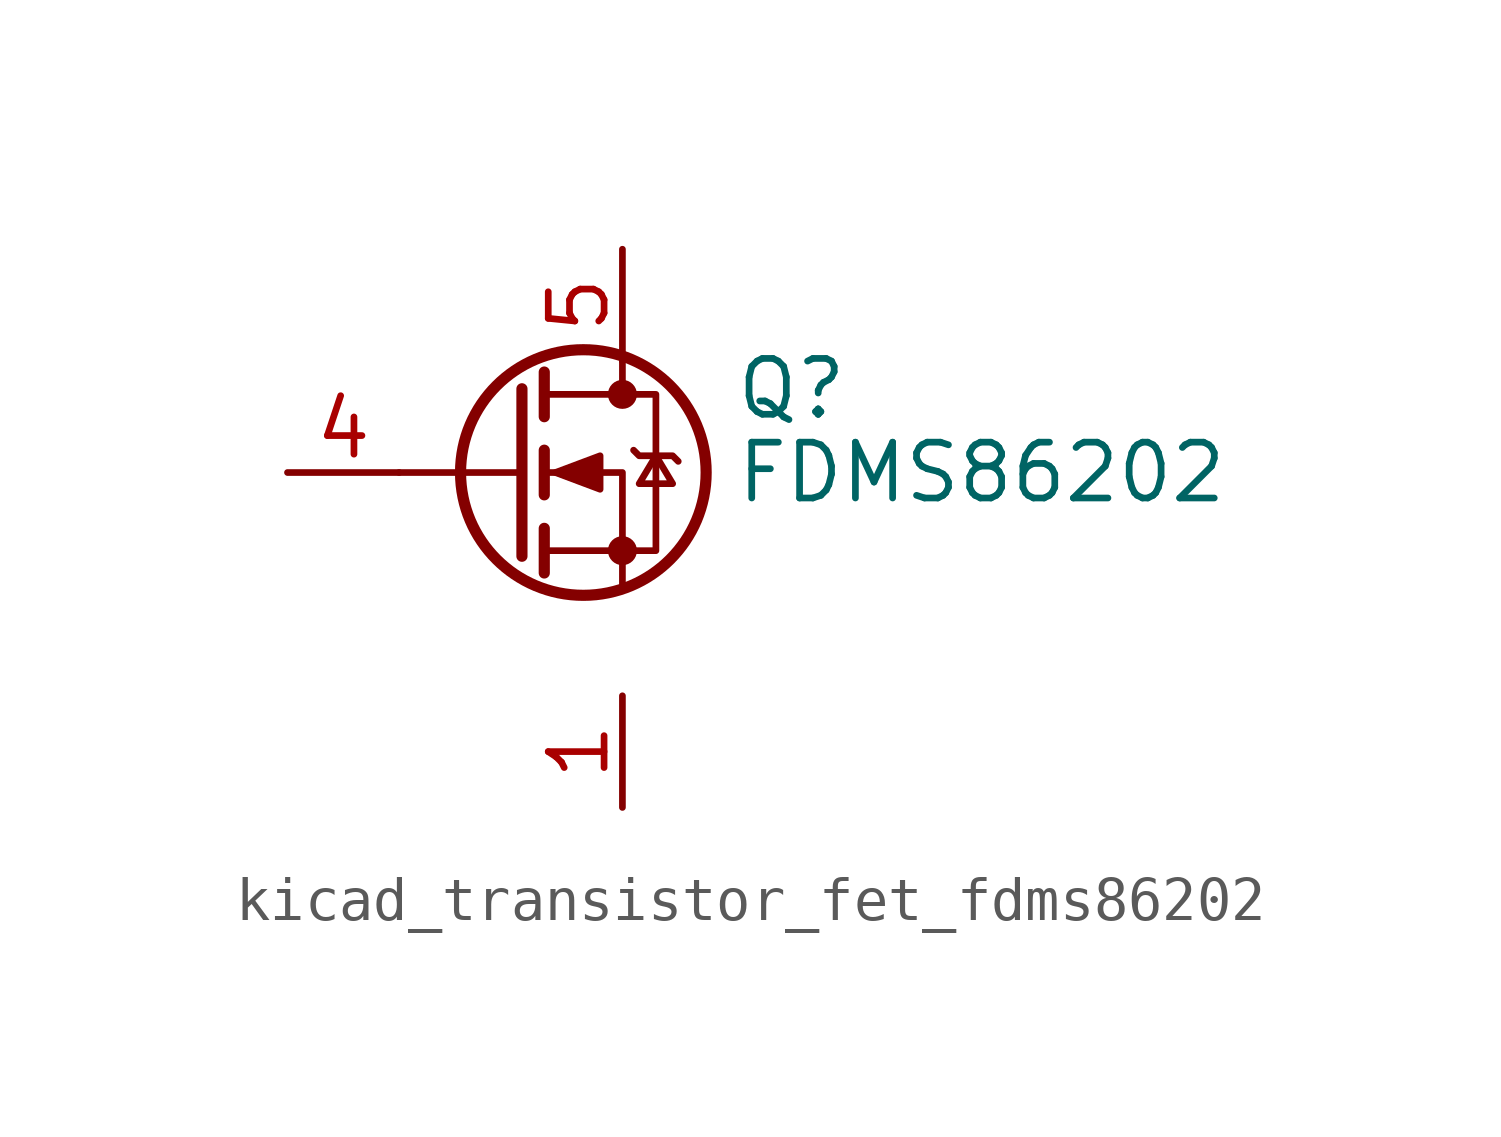
<source format=kicad_sym>
(kicad_symbol_lib
  (version 20220914)
  (generator kicad_symbol_editor)
  (symbol "kicad_transistor_fet_fdms86202"
    (pin_names hide)
    (property "Reference" "Q"
      (at 5.08 1.905 0)
      (effects (font (size 1.27 1.27)) (justify left)))
    (property "Value" "FDMS86202"
      (at 5.08 0 0)
      (effects (font (size 1.27 1.27)) (justify left)))
    (symbol "kicad_transistor_fet_fdms86202_0_1"
      (polyline (pts (xy 0.254 0) (xy -2.54 0)) (stroke (width 0) (type default)) (fill (type none)))
      (polyline (pts (xy 0.254 1.905) (xy 0.254 -1.905)) (stroke (width 0.254) (type default)) (fill (type none)))
      (polyline (pts (xy 0.762 -1.27) (xy 0.762 -2.286)) (stroke (width 0.254) (type default)) (fill (type none)))
      (polyline (pts (xy 0.762 0.508) (xy 0.762 -0.508)) (stroke (width 0.254) (type default)) (fill (type none)))
      (polyline (pts (xy 0.762 2.286) (xy 0.762 1.27)) (stroke (width 0.254) (type default)) (fill (type none)))
      (polyline (pts (xy 2.54 2.54) (xy 2.54 1.778)) (stroke (width 0) (type default)) (fill (type none)))
      (polyline (pts (xy 2.54 -2.54) (xy 2.54 0) (xy 0.762 0)) (stroke (width 0) (type default)) (fill (type none)))
      (polyline (pts (xy 0.762 -1.778) (xy 3.302 -1.778) (xy 3.302 1.778) (xy 0.762 1.778)) (stroke (width 0) (type default)) (fill (type none)))
      (polyline (pts (xy 1.016 0) (xy 2.032 0.381) (xy 2.032 -0.381) (xy 1.016 0)) (stroke (width 0) (type default)) (fill (type outline)))
      (polyline (pts (xy 2.794 0.508) (xy 2.921 0.381) (xy 3.683 0.381) (xy 3.81 0.254)) (stroke (width 0) (type default)) (fill (type none)))
      (polyline (pts (xy 3.302 0.381) (xy 2.921 -0.254) (xy 3.683 -0.254) (xy 3.302 0.381)) (stroke (width 0) (type default)) (fill (type none)))
      (circle (center 1.651 0) (radius 2.794) (stroke (width 0.254) (type default)) (fill (type none)))
      (circle (center 2.54 -1.778) (radius 0.254) (stroke (width 0) (type default)) (fill (type outline)))
      (circle (center 2.54 1.778) (radius 0.254) (stroke (width 0) (type default)) (fill (type outline))))
    (symbol "kicad_transistor_fet_fdms86202_1_1"
      (pin passive line (at 2.54 -5.08 270) (length 2.54) (name "S" (effects (font (size 1.27 1.27)))) (number "1" (effects (font (size 1.27 1.27)))))
      (pin passive line (at 2.54 -5.08 270) (length 2.54) hide (name "S" (effects (font (size 1.27 1.27)))) (number "2" (effects (font (size 1.27 1.27)))))
      (pin passive line (at 2.54 -5.08 90) (length 2.54) hide (name "S" (effects (font (size 1.27 1.27)))) (number "3" (effects (font (size 1.27 1.27)))))
      (pin passive line (at -5.08 0 0) (length 2.54) (name "G" (effects (font (size 1.27 1.27)))) (number "4" (effects (font (size 1.27 1.27)))))
      (pin passive line (at 2.54 5.08 270) (length 2.54) (name "D" (effects (font (size 1.27 1.27)))) (number "5" (effects (font (size 1.27 1.27))))))))
</source>
